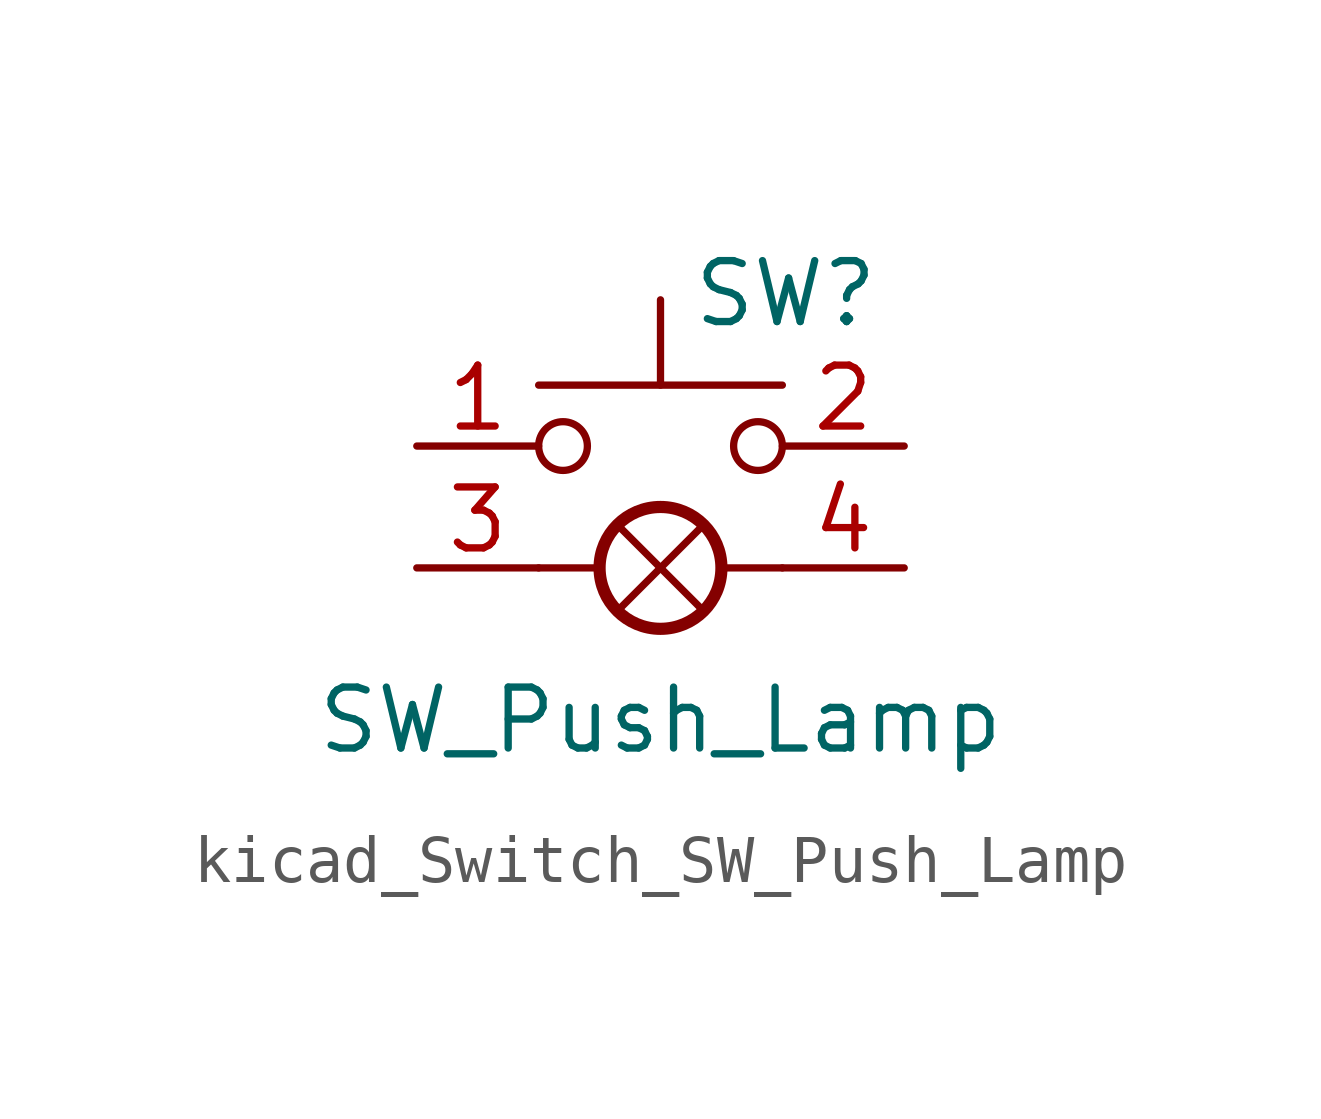
<source format=kicad_sym>
(kicad_symbol_lib
  (version 20220914)
  (generator kicad_symbol_editor)
  (symbol "kicad_Switch_SW_Push_Lamp"
    (pin_names
      (offset 1.016) hide)
    (property "Reference" "SW"
      (at 0.635 5.715 0)
      (effects (font (size 1.27 1.27)) (justify left)))
    (property "Value" "SW_Push_Lamp"
      (at 0 -3.175 0)
      (effects (font (size 1.27 1.27))))
    (symbol "kicad_Switch_SW_Push_Lamp_0_1"
      (circle (center -2.032 2.54) (radius 0.508) (stroke (width 0) (type default)) (fill (type none)))
      (polyline (pts (xy -2.54 0) (xy -1.27 0)) (stroke (width 0) (type default)) (fill (type none)))
      (polyline (pts (xy -0.889 -0.889) (xy 0.889 0.889)) (stroke (width 0) (type default)) (fill (type none)))
      (polyline (pts (xy 0 3.81) (xy 0 5.588)) (stroke (width 0) (type default)) (fill (type none)))
      (polyline (pts (xy 0.889 -0.889) (xy -0.889 0.889)) (stroke (width 0) (type default)) (fill (type none)))
      (polyline (pts (xy 2.54 0) (xy 1.27 0)) (stroke (width 0) (type default)) (fill (type none)))
      (polyline (pts (xy 2.54 3.81) (xy -2.54 3.81)) (stroke (width 0) (type default)) (fill (type none)))
      (circle (center 0 0) (radius 1.27) (stroke (width 0.254) (type default)) (fill (type none)))
      (circle (center 2.032 2.54) (radius 0.508) (stroke (width 0) (type default)) (fill (type none)))
      (pin passive line (at -5.08 2.54 0) (length 2.54) (name "1" (effects (font (size 1.27 1.27)))) (number "1" (effects (font (size 1.27 1.27)))))
      (pin passive line (at 5.08 2.54 180) (length 2.54) (name "2" (effects (font (size 1.27 1.27)))) (number "2" (effects (font (size 1.27 1.27)))))
      (pin passive line (at -5.08 0 0) (length 2.54) (name "L" (effects (font (size 1.27 1.27)))) (number "3" (effects (font (size 1.27 1.27)))))
      (pin passive line (at 5.08 0 180) (length 2.54) (name "L" (effects (font (size 1.27 1.27)))) (number "4" (effects (font (size 1.27 1.27))))))))
</source>
